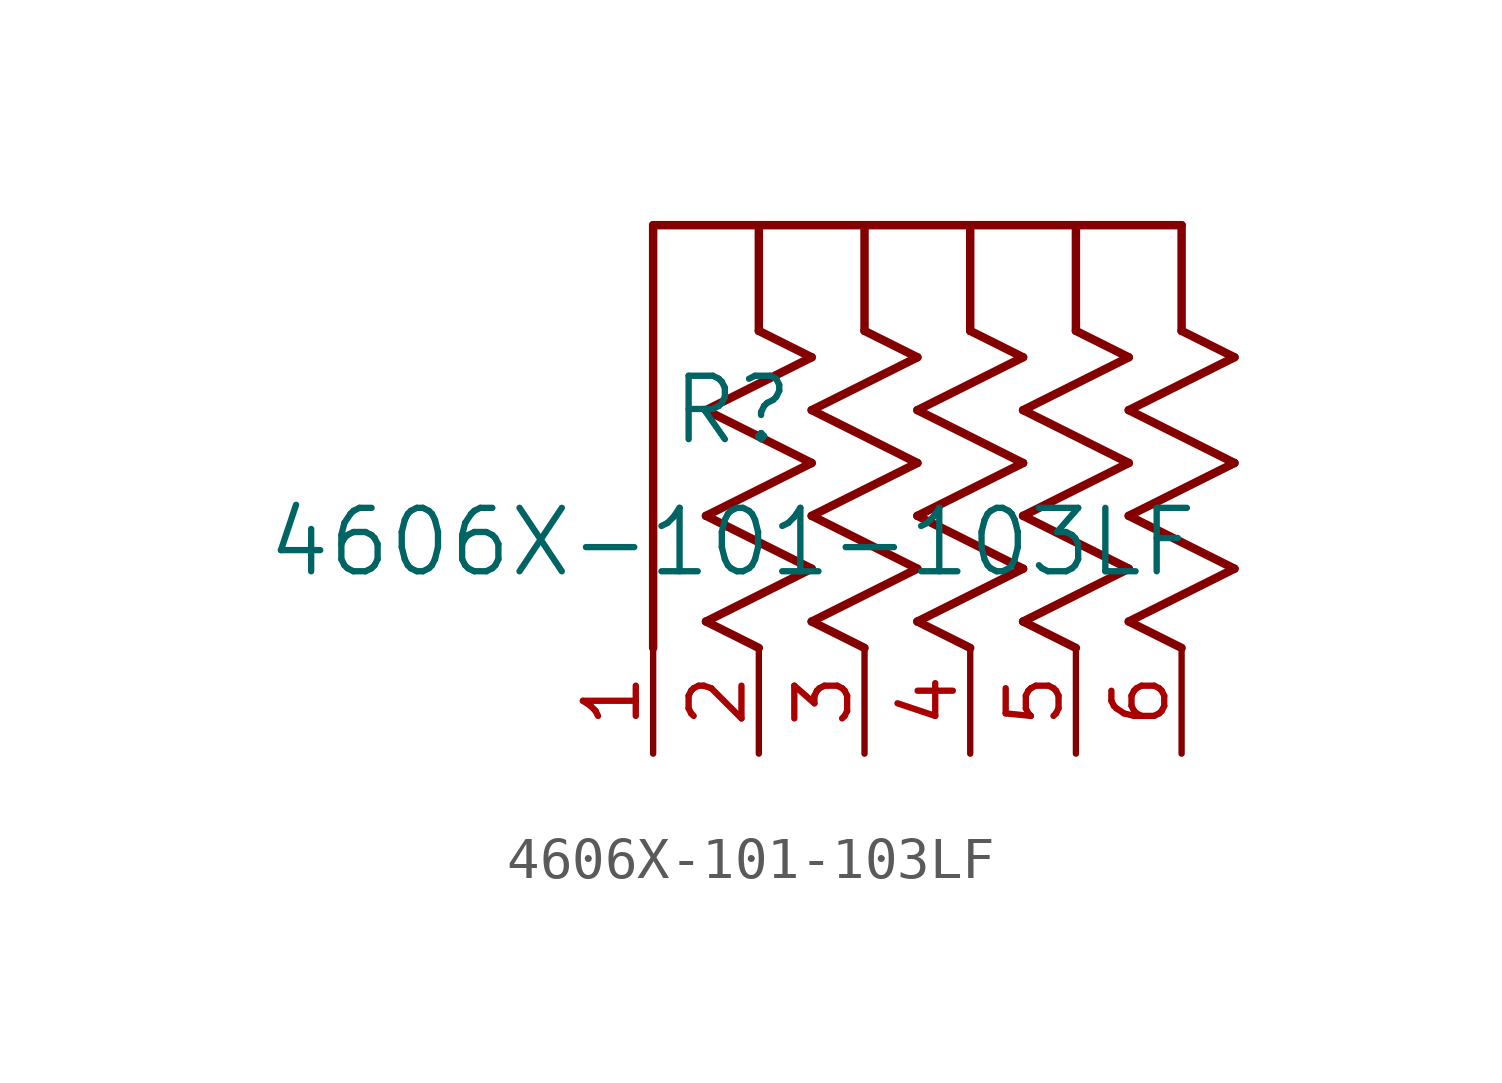
<source format=kicad_sym>
(kicad_symbol_lib
  (version 20211014)
  (generator kicad_symbol_editor)
  (symbol "4606X-101-103LF"
    (pin_names
      (offset 0.254))
    (property "Reference" "R"
      (at 1.905 8.255 0)
      (effects (font (size 1.524 1.524))))
    (property "Value" "4606X-101-103LF"
      (at 1.905 5.08 0)
      (effects (font (size 1.524 1.524))))
    (symbol "4606X-101-103LF_0_1"
      (polyline (pts (xy 2.54 10.16) (xy 3.81 9.525)) (stroke (width 0.203) (type default) (color 0 0 0 0)) (fill (type none)))
      (polyline (pts (xy 3.81 9.525) (xy 1.27 8.255)) (stroke (width 0.203) (type default) (color 0 0 0 0)) (fill (type none)))
      (polyline (pts (xy 1.27 8.255) (xy 3.81 6.985)) (stroke (width 0.203) (type default) (color 0 0 0 0)) (fill (type none)))
      (polyline (pts (xy 3.81 6.985) (xy 1.27 5.715)) (stroke (width 0.203) (type default) (color 0 0 0 0)) (fill (type none)))
      (polyline (pts (xy 3.81 4.445) (xy 1.27 3.175)) (stroke (width 0.203) (type default) (color 0 0 0 0)) (fill (type none)))
      (polyline (pts (xy 1.27 3.175) (xy 2.54 2.54)) (stroke (width 0.203) (type default) (color 0 0 0 0)) (fill (type none)))
      (polyline (pts (xy 0 2.54) (xy 0 12.7)) (stroke (width 0.203) (type default) (color 0 0 0 0)) (fill (type none)))
      (polyline (pts (xy 0 12.7) (xy 12.7 12.7)) (stroke (width 0.203) (type default) (color 0 0 0 0)) (fill (type none)))
      (polyline (pts (xy 1.27 5.715) (xy 3.81 4.445)) (stroke (width 0.203) (type default) (color 0 0 0 0)) (fill (type none)))
      (polyline (pts (xy 2.54 12.7) (xy 2.54 10.16)) (stroke (width 0.203) (type default) (color 0 0 0 0)) (fill (type none)))
      (polyline (pts (xy 5.08 10.16) (xy 6.35 9.525)) (stroke (width 0.203) (type default) (color 0 0 0 0)) (fill (type none)))
      (polyline (pts (xy 6.35 9.525) (xy 3.81 8.255)) (stroke (width 0.203) (type default) (color 0 0 0 0)) (fill (type none)))
      (polyline (pts (xy 3.81 8.255) (xy 6.35 6.985)) (stroke (width 0.203) (type default) (color 0 0 0 0)) (fill (type none)))
      (polyline (pts (xy 6.35 6.985) (xy 3.81 5.715)) (stroke (width 0.203) (type default) (color 0 0 0 0)) (fill (type none)))
      (polyline (pts (xy 6.35 4.445) (xy 3.81 3.175)) (stroke (width 0.203) (type default) (color 0 0 0 0)) (fill (type none)))
      (polyline (pts (xy 3.81 3.175) (xy 5.08 2.54)) (stroke (width 0.203) (type default) (color 0 0 0 0)) (fill (type none)))
      (polyline (pts (xy 3.81 5.715) (xy 6.35 4.445)) (stroke (width 0.203) (type default) (color 0 0 0 0)) (fill (type none)))
      (polyline (pts (xy 5.08 12.7) (xy 5.08 10.16)) (stroke (width 0.203) (type default) (color 0 0 0 0)) (fill (type none)))
      (polyline (pts (xy 7.62 10.16) (xy 8.89 9.525)) (stroke (width 0.203) (type default) (color 0 0 0 0)) (fill (type none)))
      (polyline (pts (xy 8.89 9.525) (xy 6.35 8.255)) (stroke (width 0.203) (type default) (color 0 0 0 0)) (fill (type none)))
      (polyline (pts (xy 6.35 8.255) (xy 8.89 6.985)) (stroke (width 0.203) (type default) (color 0 0 0 0)) (fill (type none)))
      (polyline (pts (xy 8.89 6.985) (xy 6.35 5.715)) (stroke (width 0.203) (type default) (color 0 0 0 0)) (fill (type none)))
      (polyline (pts (xy 8.89 4.445) (xy 6.35 3.175)) (stroke (width 0.203) (type default) (color 0 0 0 0)) (fill (type none)))
      (polyline (pts (xy 6.35 3.175) (xy 7.62 2.54)) (stroke (width 0.203) (type default) (color 0 0 0 0)) (fill (type none)))
      (polyline (pts (xy 6.35 5.715) (xy 8.89 4.445)) (stroke (width 0.203) (type default) (color 0 0 0 0)) (fill (type none)))
      (polyline (pts (xy 7.62 12.7) (xy 7.62 10.16)) (stroke (width 0.203) (type default) (color 0 0 0 0)) (fill (type none)))
      (polyline (pts (xy 10.16 10.16) (xy 11.43 9.525)) (stroke (width 0.203) (type default) (color 0 0 0 0)) (fill (type none)))
      (polyline (pts (xy 11.43 9.525) (xy 8.89 8.255)) (stroke (width 0.203) (type default) (color 0 0 0 0)) (fill (type none)))
      (polyline (pts (xy 8.89 8.255) (xy 11.43 6.985)) (stroke (width 0.203) (type default) (color 0 0 0 0)) (fill (type none)))
      (polyline (pts (xy 11.43 6.985) (xy 8.89 5.715)) (stroke (width 0.203) (type default) (color 0 0 0 0)) (fill (type none)))
      (polyline (pts (xy 11.43 4.445) (xy 8.89 3.175)) (stroke (width 0.203) (type default) (color 0 0 0 0)) (fill (type none)))
      (polyline (pts (xy 8.89 3.175) (xy 10.16 2.54)) (stroke (width 0.203) (type default) (color 0 0 0 0)) (fill (type none)))
      (polyline (pts (xy 8.89 5.715) (xy 11.43 4.445)) (stroke (width 0.203) (type default) (color 0 0 0 0)) (fill (type none)))
      (polyline (pts (xy 10.16 12.7) (xy 10.16 10.16)) (stroke (width 0.203) (type default) (color 0 0 0 0)) (fill (type none)))
      (polyline (pts (xy 12.7 10.16) (xy 13.97 9.525)) (stroke (width 0.203) (type default) (color 0 0 0 0)) (fill (type none)))
      (polyline (pts (xy 13.97 9.525) (xy 11.43 8.255)) (stroke (width 0.203) (type default) (color 0 0 0 0)) (fill (type none)))
      (polyline (pts (xy 11.43 8.255) (xy 13.97 6.985)) (stroke (width 0.203) (type default) (color 0 0 0 0)) (fill (type none)))
      (polyline (pts (xy 13.97 6.985) (xy 11.43 5.715)) (stroke (width 0.203) (type default) (color 0 0 0 0)) (fill (type none)))
      (polyline (pts (xy 13.97 4.445) (xy 11.43 3.175)) (stroke (width 0.203) (type default) (color 0 0 0 0)) (fill (type none)))
      (polyline (pts (xy 11.43 3.175) (xy 12.7 2.54)) (stroke (width 0.203) (type default) (color 0 0 0 0)) (fill (type none)))
      (polyline (pts (xy 11.43 5.715) (xy 13.97 4.445)) (stroke (width 0.203) (type default) (color 0 0 0 0)) (fill (type none)))
      (polyline (pts (xy 12.7 12.7) (xy 12.7 10.16)) (stroke (width 0.203) (type default) (color 0 0 0 0)) (fill (type none)))
      (pin unspecified line (at 2.54 0 90) (length 2.54) (name "" (effects (font (size 1.27 1.27)))) (number "2" (effects (font (size 1.27 1.27)))))
      (pin unspecified line (at 0 0 90) (length 2.54) (name "" (effects (font (size 1.27 1.27)))) (number "1" (effects (font (size 1.27 1.27)))))
      (pin unspecified line (at 5.08 0 90) (length 2.54) (name "" (effects (font (size 1.27 1.27)))) (number "3" (effects (font (size 1.27 1.27)))))
      (pin unspecified line (at 7.62 0 90) (length 2.54) (name "" (effects (font (size 1.27 1.27)))) (number "4" (effects (font (size 1.27 1.27)))))
      (pin unspecified line (at 10.16 0 90) (length 2.54) (name "" (effects (font (size 1.27 1.27)))) (number "5" (effects (font (size 1.27 1.27)))))
      (pin unspecified line (at 12.7 0 90) (length 2.54) (name "" (effects (font (size 1.27 1.27)))) (number "6" (effects (font (size 1.27 1.27))))))))
</source>
